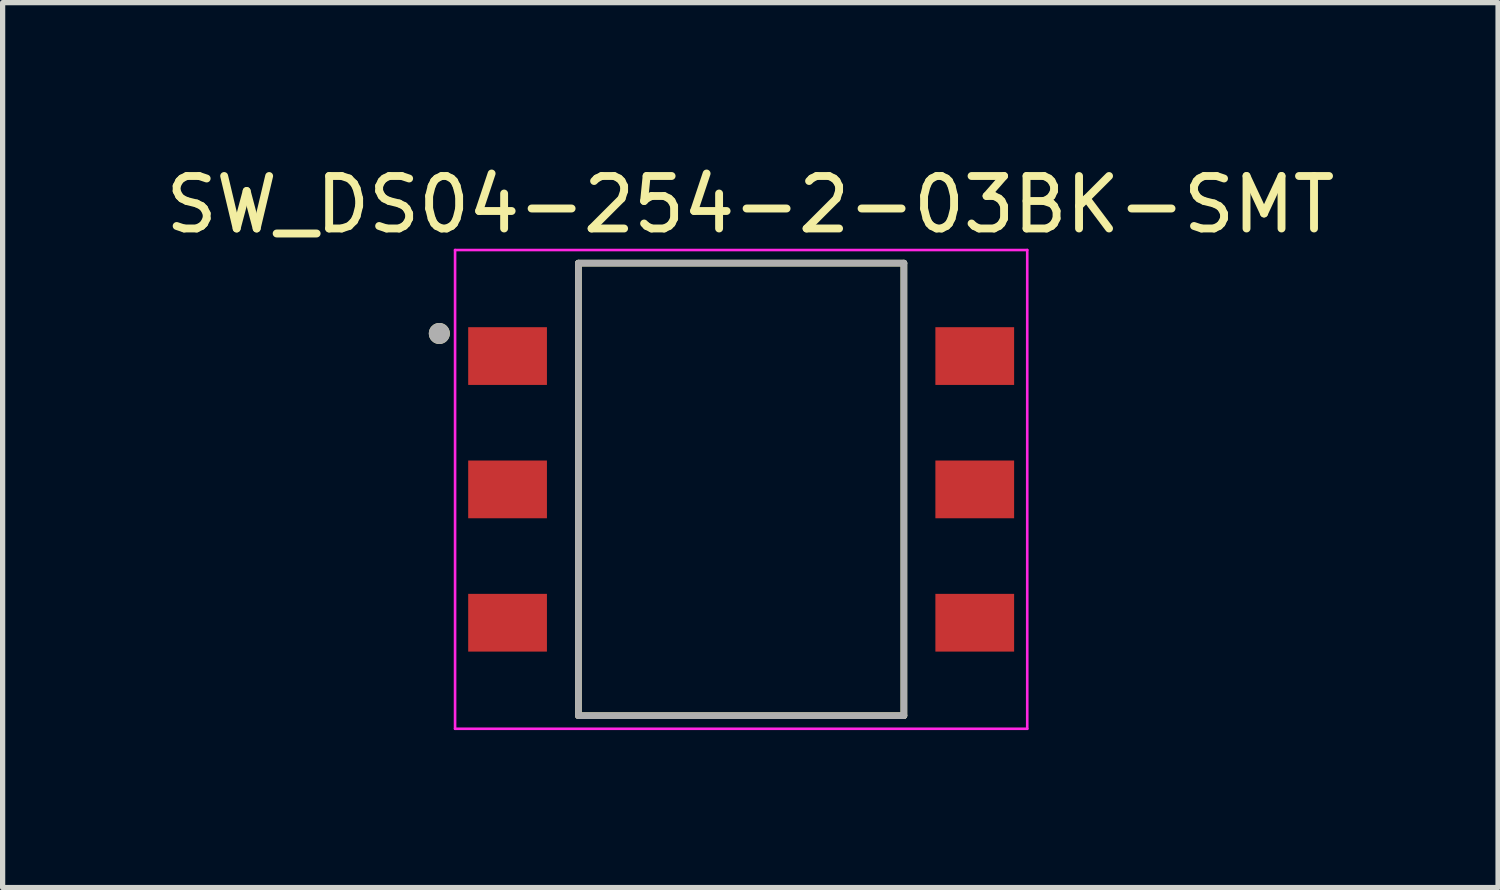
<source format=kicad_pcb>
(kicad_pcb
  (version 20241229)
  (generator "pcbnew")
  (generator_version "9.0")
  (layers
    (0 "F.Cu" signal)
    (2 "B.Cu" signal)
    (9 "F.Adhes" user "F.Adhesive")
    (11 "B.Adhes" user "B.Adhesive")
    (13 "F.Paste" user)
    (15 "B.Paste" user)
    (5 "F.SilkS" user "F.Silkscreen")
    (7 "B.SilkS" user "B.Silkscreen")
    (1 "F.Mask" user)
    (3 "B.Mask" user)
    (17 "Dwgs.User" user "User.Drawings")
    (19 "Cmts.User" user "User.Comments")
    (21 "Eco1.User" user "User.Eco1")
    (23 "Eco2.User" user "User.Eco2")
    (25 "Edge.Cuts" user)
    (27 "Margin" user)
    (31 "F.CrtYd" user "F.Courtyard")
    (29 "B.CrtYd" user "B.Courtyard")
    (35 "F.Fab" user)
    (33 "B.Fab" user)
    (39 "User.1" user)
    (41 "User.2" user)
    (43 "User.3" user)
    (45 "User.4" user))
  (footprint "SW_DS04-254-2-03BK-SMT"
    (layer "F.Cu")
    (at 11.069 6.273)
    (property "Reference" "SW_DS04-254-2-03BK-SMT" (at 0.175 -5.425 0) (layer "F.SilkS") (effects (font (size 1 1) (thickness 0.15))))
    (attr smd)
    (fp_line (start -3.1 -4.31) (end 3.1 -4.31) (stroke (width 0.127) (type solid)) (layer "F.SilkS"))
    (fp_line (start -3.1 4.31) (end -3.1 -4.31) (stroke (width 0.127) (type solid)) (layer "F.SilkS"))
    (fp_line (start 3.1 -4.31) (end 3.1 4.31) (stroke (width 0.127) (type solid)) (layer "F.SilkS"))
    (fp_line (start 3.1 4.31) (end -3.1 4.31) (stroke (width 0.127) (type solid)) (layer "F.SilkS"))
    (fp_circle (center -5.75 -2.97) (end -5.65 -2.97) (stroke (width 0.2) (type solid)) (fill no) (layer "F.SilkS"))
    (fp_line (start -5.45 -4.56) (end -5.45 4.56) (stroke (width 0.05) (type solid)) (layer "F.CrtYd"))
    (fp_line (start -5.45 4.56) (end 5.45 4.56) (stroke (width 0.05) (type solid)) (layer "F.CrtYd"))
    (fp_line (start 5.45 -4.56) (end -5.45 -4.56) (stroke (width 0.05) (type solid)) (layer "F.CrtYd"))
    (fp_line (start 5.45 4.56) (end 5.45 -4.56) (stroke (width 0.05) (type solid)) (layer "F.CrtYd"))
    (fp_line (start -3.1 -4.31) (end 3.1 -4.31) (stroke (width 0.127) (type solid)) (layer "F.Fab"))
    (fp_line (start -3.1 4.31) (end -3.1 -4.31) (stroke (width 0.127) (type solid)) (layer "F.Fab"))
    (fp_line (start 3.1 -4.31) (end 3.1 4.31) (stroke (width 0.127) (type solid)) (layer "F.Fab"))
    (fp_line (start 3.1 4.31) (end -3.1 4.31) (stroke (width 0.127) (type solid)) (layer "F.Fab"))
    (fp_circle (center -5.75 -2.97) (end -5.65 -2.97) (stroke (width 0.2) (type solid)) (fill no) (layer "F.Fab"))
    (pad "1A" smd rect (at -4.45 -2.54) (size 1.5 1.1) (layers "F.Cu" "F.Mask" "F.Paste"))
    (pad "1B" smd rect (at 4.45 -2.54 180) (size 1.5 1.1) (layers "F.Cu" "F.Mask" "F.Paste"))
    (pad "2A" smd rect (at -4.45 0) (size 1.5 1.1) (layers "F.Cu" "F.Mask" "F.Paste"))
    (pad "2B" smd rect (at 4.45 0 180) (size 1.5 1.1) (layers "F.Cu" "F.Mask" "F.Paste"))
    (pad "3A" smd rect (at -4.45 2.54) (size 1.5 1.1) (layers "F.Cu" "F.Mask" "F.Paste"))
    (pad "3B" smd rect (at 4.45 2.54 180) (size 1.5 1.1) (layers "F.Cu" "F.Mask" "F.Paste")))
  (gr_rect
    (start -3 -3)
    (end 25.488 13.858)
    (stroke (width 0.1) (type default))
    (fill no)
    (layer "Edge.Cuts")))
</source>
